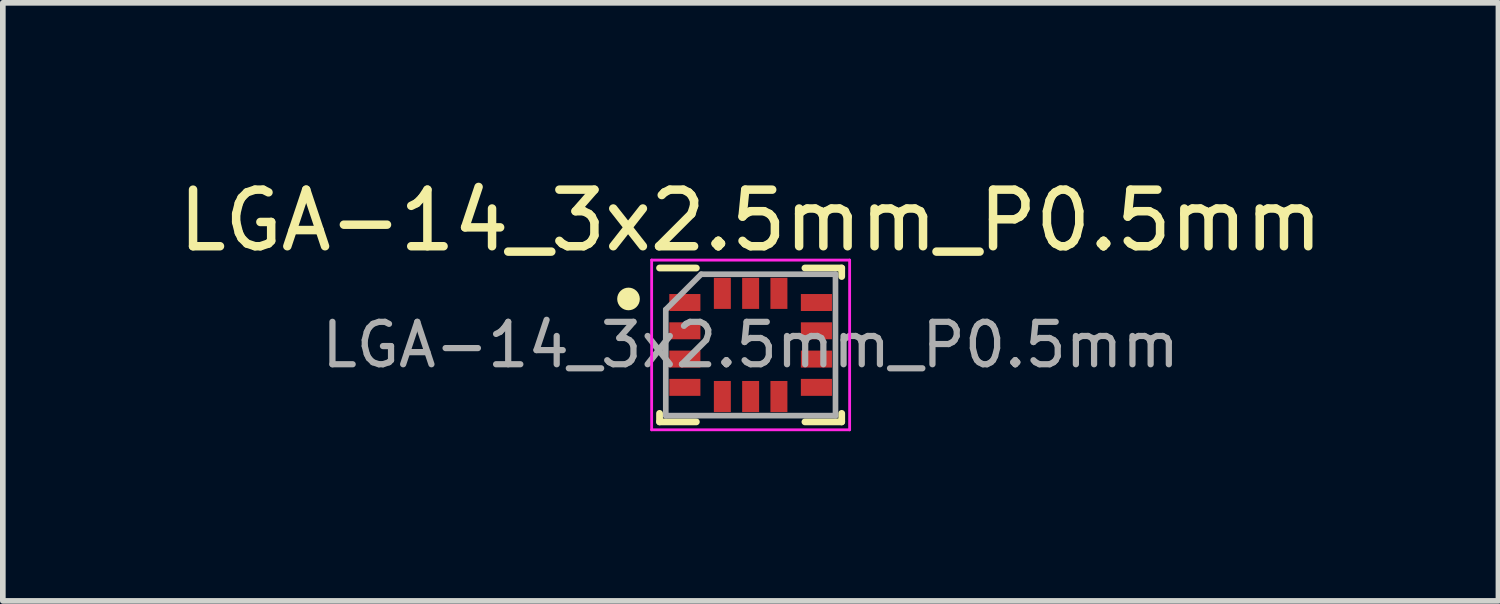
<source format=kicad_pcb>
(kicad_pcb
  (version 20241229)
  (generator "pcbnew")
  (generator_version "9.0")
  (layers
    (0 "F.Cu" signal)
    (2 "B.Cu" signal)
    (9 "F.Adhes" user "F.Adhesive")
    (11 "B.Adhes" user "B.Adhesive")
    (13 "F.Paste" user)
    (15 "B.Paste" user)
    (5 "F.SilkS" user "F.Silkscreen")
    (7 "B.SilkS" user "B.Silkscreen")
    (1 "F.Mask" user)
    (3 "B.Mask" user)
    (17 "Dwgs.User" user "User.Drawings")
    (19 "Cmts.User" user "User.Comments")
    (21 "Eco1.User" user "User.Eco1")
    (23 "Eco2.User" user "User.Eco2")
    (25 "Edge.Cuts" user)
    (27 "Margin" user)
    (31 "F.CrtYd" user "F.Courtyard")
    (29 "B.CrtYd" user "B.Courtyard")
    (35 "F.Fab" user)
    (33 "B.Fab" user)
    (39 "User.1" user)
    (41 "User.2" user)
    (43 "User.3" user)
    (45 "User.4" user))
  (footprint "LGA-14_3x2.5mm_P0.5mm"
    (layer "F.Cu")
    (at 10.22 3.048)
    (property "Reference" "LGA-14_3x2.5mm_P0.5mm" (at 0 -2.2 180) (layer "F.SilkS") (effects (font (size 1 1) (thickness 0.15))))
    (attr smd)
    (fp_line (start -1.61 1.36) (end -1.61 1.21) (stroke (width 0.12) (type solid)) (layer "F.SilkS"))
    (fp_line (start -0.96 -1.36) (end -1.61 -1.36) (stroke (width 0.12) (type solid)) (layer "F.SilkS"))
    (fp_line (start -0.96 1.36) (end -1.61 1.36) (stroke (width 0.12) (type solid)) (layer "F.SilkS"))
    (fp_line (start 0.96 -1.36) (end 1.61 -1.36) (stroke (width 0.12) (type solid)) (layer "F.SilkS"))
    (fp_line (start 0.96 1.36) (end 1.61 1.36) (stroke (width 0.12) (type solid)) (layer "F.SilkS"))
    (fp_line (start 1.61 -1.36) (end 1.61 -1.21) (stroke (width 0.12) (type solid)) (layer "F.SilkS"))
    (fp_line (start 1.61 1.36) (end 1.61 1.21) (stroke (width 0.12) (type solid)) (layer "F.SilkS"))
    (fp_circle (center -2.159 -0.813) (end -2.059 -0.813) (stroke (width 0.2) (type solid)) (fill no) (layer "F.SilkS"))
    (fp_line (start -1.75 -1.5) (end -1.75 1.5) (stroke (width 0.05) (type solid)) (layer "F.CrtYd"))
    (fp_line (start -1.75 1.5) (end 1.75 1.5) (stroke (width 0.05) (type solid)) (layer "F.CrtYd"))
    (fp_line (start 1.75 -1.5) (end -1.75 -1.5) (stroke (width 0.05) (type solid)) (layer "F.CrtYd"))
    (fp_line (start 1.75 1.5) (end 1.75 -1.5) (stroke (width 0.05) (type solid)) (layer "F.CrtYd"))
    (fp_line (start -1.5 -0.625) (end -0.875 -1.25) (stroke (width 0.1) (type solid)) (layer "F.Fab"))
    (fp_line (start -1.5 1.25) (end -1.5 -0.625) (stroke (width 0.1) (type solid)) (layer "F.Fab"))
    (fp_line (start -0.875 -1.25) (end 1.5 -1.25) (stroke (width 0.1) (type solid)) (layer "F.Fab"))
    (fp_line (start 1.5 -1.25) (end 1.5 1.25) (stroke (width 0.1) (type solid)) (layer "F.Fab"))
    (fp_line (start 1.5 1.25) (end -1.5 1.25) (stroke (width 0.1) (type solid)) (layer "F.Fab"))
    (fp_text user "${REFERENCE}" (at 0 0 180) (layer "F.Fab") (effects (font (size 0.75 0.75) (thickness 0.11))))
    (pad "1" smd rect (at -1.163 -0.75) (size 0.55 0.3) (layers "F.Cu" "F.Mask" "F.Paste"))
    (pad "2" smd rect (at -1.163 -0.25) (size 0.55 0.3) (layers "F.Cu" "F.Mask" "F.Paste"))
    (pad "3" smd rect (at -1.163 0.25) (size 0.55 0.3) (layers "F.Cu" "F.Mask" "F.Paste"))
    (pad "4" smd rect (at -1.163 0.75) (size 0.55 0.3) (layers "F.Cu" "F.Mask" "F.Paste"))
    (pad "5" smd rect (at -0.5 0.912) (size 0.3 0.55) (layers "F.Cu" "F.Mask" "F.Paste"))
    (pad "6" smd rect (at 0 0.912) (size 0.3 0.55) (layers "F.Cu" "F.Mask" "F.Paste"))
    (pad "7" smd rect (at 0.5 0.912) (size 0.3 0.55) (layers "F.Cu" "F.Mask" "F.Paste"))
    (pad "8" smd rect (at 1.163 0.75) (size 0.55 0.3) (layers "F.Cu" "F.Mask" "F.Paste"))
    (pad "9" smd rect (at 1.163 0.25) (size 0.55 0.3) (layers "F.Cu" "F.Mask" "F.Paste"))
    (pad "10" smd rect (at 1.163 -0.25) (size 0.55 0.3) (layers "F.Cu" "F.Mask" "F.Paste"))
    (pad "11" smd rect (at 1.163 -0.75) (size 0.55 0.3) (layers "F.Cu" "F.Mask" "F.Paste"))
    (pad "12" smd rect (at 0.5 -0.912) (size 0.3 0.55) (layers "F.Cu" "F.Mask" "F.Paste"))
    (pad "13" smd rect (at 0 -0.912) (size 0.3 0.55) (layers "F.Cu" "F.Mask" "F.Paste"))
    (pad "14" smd rect (at -0.5 -0.912) (size 0.3 0.55) (layers "F.Cu" "F.Mask" "F.Paste")))
  (gr_rect
    (start -3 -3)
    (end 23.44 7.573)
    (stroke (width 0.1) (type default))
    (fill no)
    (layer "Edge.Cuts")))
</source>
